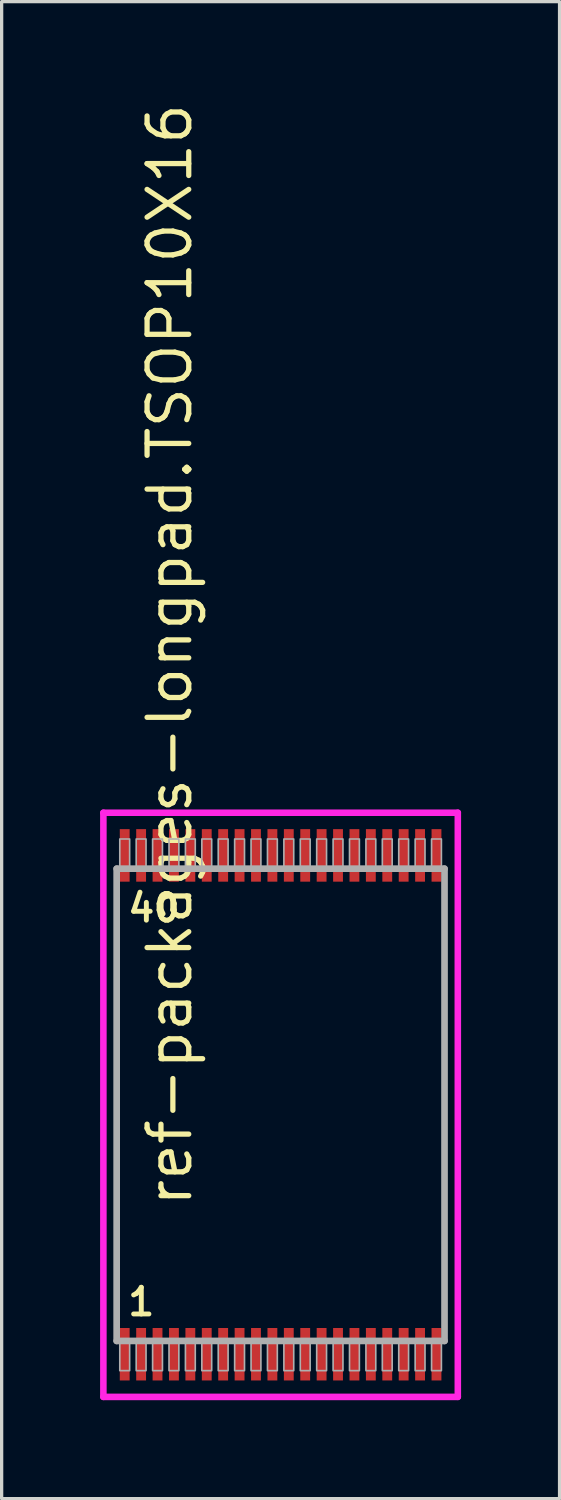
<source format=kicad_pcb>
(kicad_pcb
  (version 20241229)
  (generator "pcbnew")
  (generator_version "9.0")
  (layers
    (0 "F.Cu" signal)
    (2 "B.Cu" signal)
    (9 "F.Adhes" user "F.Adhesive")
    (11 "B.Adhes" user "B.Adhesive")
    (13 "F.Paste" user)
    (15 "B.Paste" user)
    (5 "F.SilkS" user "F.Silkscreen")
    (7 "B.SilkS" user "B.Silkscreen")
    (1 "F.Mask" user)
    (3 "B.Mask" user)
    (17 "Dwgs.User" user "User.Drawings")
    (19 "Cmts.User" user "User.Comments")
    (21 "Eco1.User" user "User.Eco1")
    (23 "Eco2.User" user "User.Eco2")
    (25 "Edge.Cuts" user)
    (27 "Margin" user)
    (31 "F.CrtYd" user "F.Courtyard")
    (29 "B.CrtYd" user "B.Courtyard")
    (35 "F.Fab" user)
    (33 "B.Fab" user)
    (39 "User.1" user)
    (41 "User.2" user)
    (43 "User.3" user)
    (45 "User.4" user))
  (footprint "ref-packages-longpad.TSOP10X16"
    (layer "F.Cu")
    (at 5.5 30.615)
    (property "Reference" "ref-packages-longpad.TSOP10X16" (at -2.635 3.175 90) (layer "F.SilkS") (effects (font (size 1.27 1.27) (thickness 0.16)) (justify left bottom)))
    (attr smd)
    (fp_line (start -5.4 -8.9) (end 5.4 -8.9) (stroke (width 0.2) (type default)) (layer "F.CrtYd"))
    (fp_line (start -5.4 8.9) (end -5.4 -8.9) (stroke (width 0.2) (type default)) (layer "F.CrtYd"))
    (fp_line (start 5.4 -8.9) (end 5.4 8.9) (stroke (width 0.2) (type default)) (layer "F.CrtYd"))
    (fp_line (start 5.4 8.9) (end -5.4 8.9) (stroke (width 0.2) (type default)) (layer "F.CrtYd"))
    (fp_line (start -4.995 -7.195) (end 4.995 -7.195) (stroke (width 0.203) (type default)) (layer "F.Fab"))
    (fp_line (start -4.995 7.195) (end -4.995 -7.195) (stroke (width 0.203) (type default)) (layer "F.Fab"))
    (fp_line (start 4.995 -7.195) (end 4.995 7.195) (stroke (width 0.203) (type default)) (layer "F.Fab"))
    (fp_line (start 4.995 7.195) (end -4.995 7.195) (stroke (width 0.203) (type default)) (layer "F.Fab"))
    (fp_rect (start -4.9 -7.25) (end -4.6 -8.1) (stroke (width 0.05) (type default)) (fill no) (layer "F.Fab"))
    (fp_rect (start -4.9 8.1) (end -4.6 7.25) (stroke (width 0.05) (type default)) (fill no) (layer "F.Fab"))
    (fp_rect (start -4.4 -7.25) (end -4.1 -8.1) (stroke (width 0.05) (type default)) (fill no) (layer "F.Fab"))
    (fp_rect (start -4.4 8.1) (end -4.1 7.25) (stroke (width 0.05) (type default)) (fill no) (layer "F.Fab"))
    (fp_rect (start -3.9 -7.25) (end -3.6 -8.1) (stroke (width 0.05) (type default)) (fill no) (layer "F.Fab"))
    (fp_rect (start -3.9 8.1) (end -3.6 7.25) (stroke (width 0.05) (type default)) (fill no) (layer "F.Fab"))
    (fp_rect (start -3.4 -7.25) (end -3.1 -8.1) (stroke (width 0.05) (type default)) (fill no) (layer "F.Fab"))
    (fp_rect (start -3.4 8.1) (end -3.1 7.25) (stroke (width 0.05) (type default)) (fill no) (layer "F.Fab"))
    (fp_rect (start -2.9 -7.25) (end -2.6 -8.1) (stroke (width 0.05) (type default)) (fill no) (layer "F.Fab"))
    (fp_rect (start -2.9 8.1) (end -2.6 7.25) (stroke (width 0.05) (type default)) (fill no) (layer "F.Fab"))
    (fp_rect (start -2.4 -7.25) (end -2.1 -8.1) (stroke (width 0.05) (type default)) (fill no) (layer "F.Fab"))
    (fp_rect (start -2.4 8.1) (end -2.1 7.25) (stroke (width 0.05) (type default)) (fill no) (layer "F.Fab"))
    (fp_rect (start -1.9 -7.25) (end -1.6 -8.1) (stroke (width 0.05) (type default)) (fill no) (layer "F.Fab"))
    (fp_rect (start -1.9 8.1) (end -1.6 7.25) (stroke (width 0.05) (type default)) (fill no) (layer "F.Fab"))
    (fp_rect (start -1.4 -7.25) (end -1.1 -8.1) (stroke (width 0.05) (type default)) (fill no) (layer "F.Fab"))
    (fp_rect (start -1.4 8.1) (end -1.1 7.25) (stroke (width 0.05) (type default)) (fill no) (layer "F.Fab"))
    (fp_rect (start -0.9 -7.25) (end -0.6 -8.1) (stroke (width 0.05) (type default)) (fill no) (layer "F.Fab"))
    (fp_rect (start -0.9 8.1) (end -0.6 7.25) (stroke (width 0.05) (type default)) (fill no) (layer "F.Fab"))
    (fp_rect (start -0.4 -7.25) (end -0.1 -8.1) (stroke (width 0.05) (type default)) (fill no) (layer "F.Fab"))
    (fp_rect (start -0.4 8.1) (end -0.1 7.25) (stroke (width 0.05) (type default)) (fill no) (layer "F.Fab"))
    (fp_rect (start 0.1 -7.25) (end 0.4 -8.1) (stroke (width 0.05) (type default)) (fill no) (layer "F.Fab"))
    (fp_rect (start 0.1 8.1) (end 0.4 7.25) (stroke (width 0.05) (type default)) (fill no) (layer "F.Fab"))
    (fp_rect (start 0.6 -7.25) (end 0.9 -8.1) (stroke (width 0.05) (type default)) (fill no) (layer "F.Fab"))
    (fp_rect (start 0.6 8.1) (end 0.9 7.25) (stroke (width 0.05) (type default)) (fill no) (layer "F.Fab"))
    (fp_rect (start 1.1 -7.25) (end 1.4 -8.1) (stroke (width 0.05) (type default)) (fill no) (layer "F.Fab"))
    (fp_rect (start 1.1 8.1) (end 1.4 7.25) (stroke (width 0.05) (type default)) (fill no) (layer "F.Fab"))
    (fp_rect (start 1.6 -7.25) (end 1.9 -8.1) (stroke (width 0.05) (type default)) (fill no) (layer "F.Fab"))
    (fp_rect (start 1.6 8.1) (end 1.9 7.25) (stroke (width 0.05) (type default)) (fill no) (layer "F.Fab"))
    (fp_rect (start 2.1 -7.25) (end 2.4 -8.1) (stroke (width 0.05) (type default)) (fill no) (layer "F.Fab"))
    (fp_rect (start 2.1 8.1) (end 2.4 7.25) (stroke (width 0.05) (type default)) (fill no) (layer "F.Fab"))
    (fp_rect (start 2.6 -7.25) (end 2.9 -8.1) (stroke (width 0.05) (type default)) (fill no) (layer "F.Fab"))
    (fp_rect (start 2.6 8.1) (end 2.9 7.25) (stroke (width 0.05) (type default)) (fill no) (layer "F.Fab"))
    (fp_rect (start 3.1 -7.25) (end 3.4 -8.1) (stroke (width 0.05) (type default)) (fill no) (layer "F.Fab"))
    (fp_rect (start 3.1 8.1) (end 3.4 7.25) (stroke (width 0.05) (type default)) (fill no) (layer "F.Fab"))
    (fp_rect (start 3.6 -7.25) (end 3.9 -8.1) (stroke (width 0.05) (type default)) (fill no) (layer "F.Fab"))
    (fp_rect (start 3.6 8.1) (end 3.9 7.25) (stroke (width 0.05) (type default)) (fill no) (layer "F.Fab"))
    (fp_rect (start 4.1 -7.25) (end 4.4 -8.1) (stroke (width 0.05) (type default)) (fill no) (layer "F.Fab"))
    (fp_rect (start 4.1 8.1) (end 4.4 7.25) (stroke (width 0.05) (type default)) (fill no) (layer "F.Fab"))
    (fp_rect (start 4.6 -7.25) (end 4.9 -8.1) (stroke (width 0.05) (type default)) (fill no) (layer "F.Fab"))
    (fp_rect (start 4.6 8.1) (end 4.9 7.25) (stroke (width 0.05) (type default)) (fill no) (layer "F.Fab"))
    (fp_text user "40" (at -4.731 -5.52 0) (layer "F.SilkS") (effects (font (size 0.813 0.813) (thickness 0.15)) (justify left bottom)))
    (fp_text user "1" (at -4.731 6.48 0) (layer "F.SilkS") (effects (font (size 0.813 0.813) (thickness 0.15)) (justify left bottom)))
    (pad "1" smd roundrect (at -4.75 7.6) (size 0.3 1.6) (layers "F.Cu" "F.Mask" "F.Paste") (roundrect_rratio 0.01))
    (pad "2" smd roundrect (at -4.25 7.6) (size 0.3 1.6) (layers "F.Cu" "F.Mask" "F.Paste") (roundrect_rratio 0.01))
    (pad "3" smd roundrect (at -3.75 7.6) (size 0.3 1.6) (layers "F.Cu" "F.Mask" "F.Paste") (roundrect_rratio 0.01))
    (pad "4" smd roundrect (at -3.25 7.6) (size 0.3 1.6) (layers "F.Cu" "F.Mask" "F.Paste") (roundrect_rratio 0.01))
    (pad "5" smd roundrect (at -2.75 7.6) (size 0.3 1.6) (layers "F.Cu" "F.Mask" "F.Paste") (roundrect_rratio 0.01))
    (pad "6" smd roundrect (at -2.25 7.6) (size 0.3 1.6) (layers "F.Cu" "F.Mask" "F.Paste") (roundrect_rratio 0.01))
    (pad "7" smd roundrect (at -1.75 7.6) (size 0.3 1.6) (layers "F.Cu" "F.Mask" "F.Paste") (roundrect_rratio 0.01))
    (pad "8" smd roundrect (at -1.25 7.6) (size 0.3 1.6) (layers "F.Cu" "F.Mask" "F.Paste") (roundrect_rratio 0.01))
    (pad "9" smd roundrect (at -0.75 7.6) (size 0.3 1.6) (layers "F.Cu" "F.Mask" "F.Paste") (roundrect_rratio 0.01))
    (pad "10" smd roundrect (at -0.25 7.6) (size 0.3 1.6) (layers "F.Cu" "F.Mask" "F.Paste") (roundrect_rratio 0.01))
    (pad "11" smd roundrect (at 0.25 7.6) (size 0.3 1.6) (layers "F.Cu" "F.Mask" "F.Paste") (roundrect_rratio 0.01))
    (pad "12" smd roundrect (at 0.75 7.6) (size 0.3 1.6) (layers "F.Cu" "F.Mask" "F.Paste") (roundrect_rratio 0.01))
    (pad "13" smd roundrect (at 1.25 7.6) (size 0.3 1.6) (layers "F.Cu" "F.Mask" "F.Paste") (roundrect_rratio 0.01))
    (pad "14" smd roundrect (at 1.75 7.6) (size 0.3 1.6) (layers "F.Cu" "F.Mask" "F.Paste") (roundrect_rratio 0.01))
    (pad "15" smd roundrect (at 2.25 7.6) (size 0.3 1.6) (layers "F.Cu" "F.Mask" "F.Paste") (roundrect_rratio 0.01))
    (pad "16" smd roundrect (at 2.75 7.6) (size 0.3 1.6) (layers "F.Cu" "F.Mask" "F.Paste") (roundrect_rratio 0.01))
    (pad "17" smd roundrect (at 3.25 7.6) (size 0.3 1.6) (layers "F.Cu" "F.Mask" "F.Paste") (roundrect_rratio 0.01))
    (pad "18" smd roundrect (at 3.75 7.6) (size 0.3 1.6) (layers "F.Cu" "F.Mask" "F.Paste") (roundrect_rratio 0.01))
    (pad "19" smd roundrect (at 4.25 7.6) (size 0.3 1.6) (layers "F.Cu" "F.Mask" "F.Paste") (roundrect_rratio 0.01))
    (pad "20" smd roundrect (at 4.75 7.6) (size 0.3 1.6) (layers "F.Cu" "F.Mask" "F.Paste") (roundrect_rratio 0.01))
    (pad "21" smd roundrect (at 4.75 -7.6) (size 0.3 1.6) (layers "F.Cu" "F.Mask" "F.Paste") (roundrect_rratio 0.01))
    (pad "22" smd roundrect (at 4.25 -7.6) (size 0.3 1.6) (layers "F.Cu" "F.Mask" "F.Paste") (roundrect_rratio 0.01))
    (pad "23" smd roundrect (at 3.75 -7.6) (size 0.3 1.6) (layers "F.Cu" "F.Mask" "F.Paste") (roundrect_rratio 0.01))
    (pad "24" smd roundrect (at 3.25 -7.6) (size 0.3 1.6) (layers "F.Cu" "F.Mask" "F.Paste") (roundrect_rratio 0.01))
    (pad "25" smd roundrect (at 2.75 -7.6) (size 0.3 1.6) (layers "F.Cu" "F.Mask" "F.Paste") (roundrect_rratio 0.01))
    (pad "26" smd roundrect (at 2.25 -7.6) (size 0.3 1.6) (layers "F.Cu" "F.Mask" "F.Paste") (roundrect_rratio 0.01))
    (pad "27" smd roundrect (at 1.75 -7.6) (size 0.3 1.6) (layers "F.Cu" "F.Mask" "F.Paste") (roundrect_rratio 0.01))
    (pad "28" smd roundrect (at 1.25 -7.6) (size 0.3 1.6) (layers "F.Cu" "F.Mask" "F.Paste") (roundrect_rratio 0.01))
    (pad "29" smd roundrect (at 0.75 -7.6) (size 0.3 1.6) (layers "F.Cu" "F.Mask" "F.Paste") (roundrect_rratio 0.01))
    (pad "30" smd roundrect (at 0.25 -7.6) (size 0.3 1.6) (layers "F.Cu" "F.Mask" "F.Paste") (roundrect_rratio 0.01))
    (pad "31" smd roundrect (at -0.25 -7.6) (size 0.3 1.6) (layers "F.Cu" "F.Mask" "F.Paste") (roundrect_rratio 0.01))
    (pad "32" smd roundrect (at -0.75 -7.6) (size 0.3 1.6) (layers "F.Cu" "F.Mask" "F.Paste") (roundrect_rratio 0.01))
    (pad "33" smd roundrect (at -1.25 -7.6) (size 0.3 1.6) (layers "F.Cu" "F.Mask" "F.Paste") (roundrect_rratio 0.01))
    (pad "34" smd roundrect (at -1.75 -7.6) (size 0.3 1.6) (layers "F.Cu" "F.Mask" "F.Paste") (roundrect_rratio 0.01))
    (pad "35" smd roundrect (at -2.25 -7.6) (size 0.3 1.6) (layers "F.Cu" "F.Mask" "F.Paste") (roundrect_rratio 0.01))
    (pad "36" smd roundrect (at -2.75 -7.6) (size 0.3 1.6) (layers "F.Cu" "F.Mask" "F.Paste") (roundrect_rratio 0.01))
    (pad "37" smd roundrect (at -3.25 -7.6) (size 0.3 1.6) (layers "F.Cu" "F.Mask" "F.Paste") (roundrect_rratio 0.01))
    (pad "38" smd roundrect (at -3.75 -7.6) (size 0.3 1.6) (layers "F.Cu" "F.Mask" "F.Paste") (roundrect_rratio 0.01))
    (pad "39" smd roundrect (at -4.25 -7.6) (size 0.3 1.6) (layers "F.Cu" "F.Mask" "F.Paste") (roundrect_rratio 0.01))
    (pad "40" smd roundrect (at -4.75 -7.6) (size 0.3 1.6) (layers "F.Cu" "F.Mask" "F.Paste") (roundrect_rratio 0.01)))
  (gr_rect
    (start -3 -3)
    (end 14 42.615)
    (stroke (width 0.1) (type default))
    (fill no)
    (layer "Edge.Cuts")))
</source>
